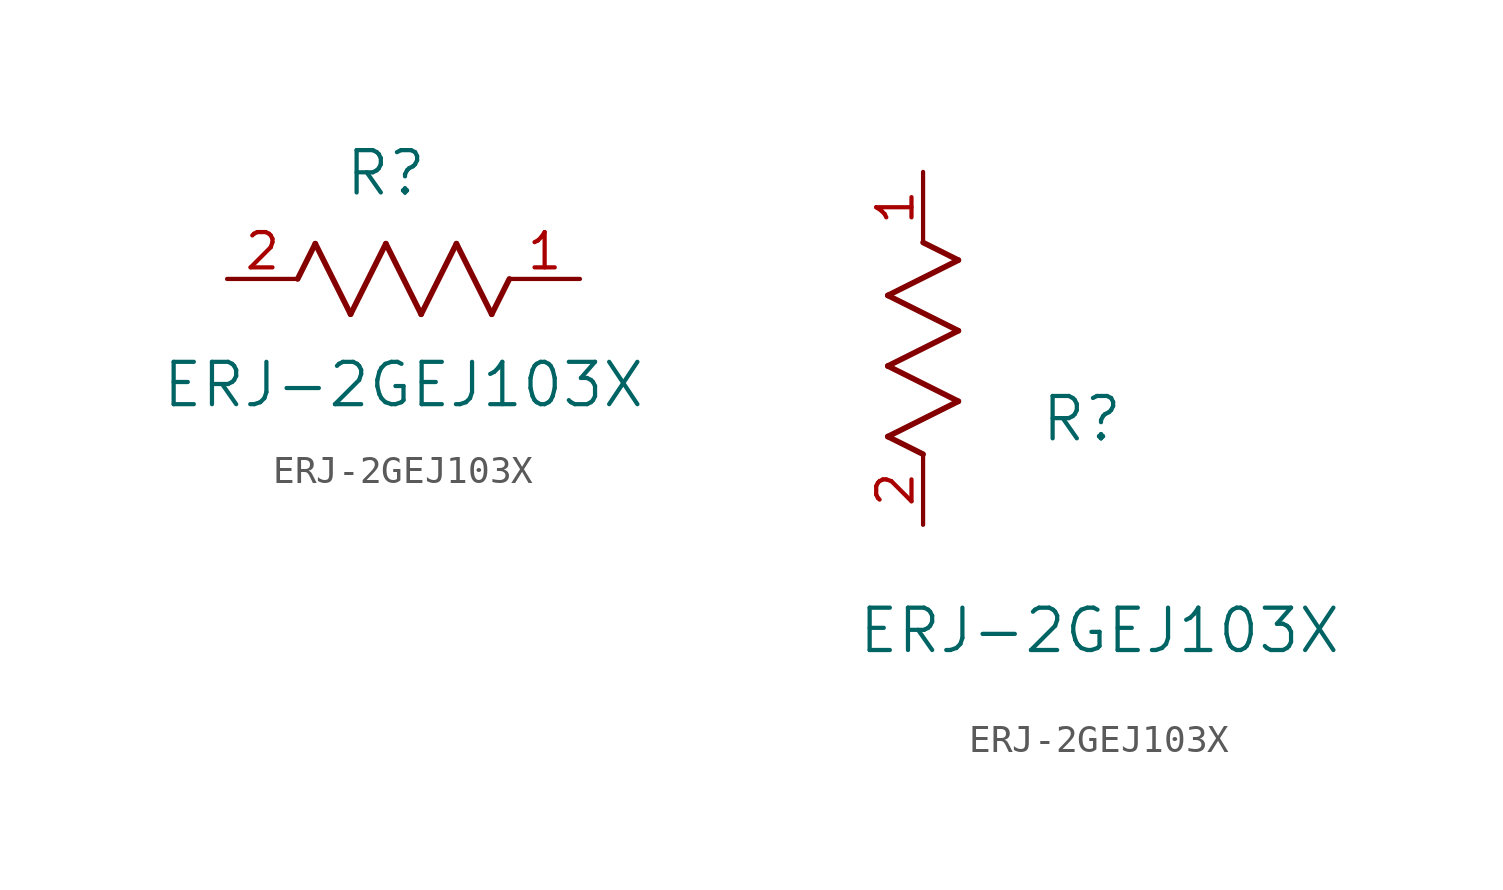
<source format=kicad_sym>
(kicad_symbol_lib
  (version 20211014)
  (generator kicad_symbol_editor)
  (symbol "ERJ-2GEJ103X"
    (pin_names
      (offset 0.254))
    (property "Reference" "R"
      (at 5.715 3.81 0)
      (effects (font (size 1.524 1.524))))
    (property "Value" "ERJ-2GEJ103X"
      (at 6.35 -3.81 0)
      (effects (font (size 1.524 1.524))))
    (symbol "ERJ-2GEJ103X_1_1"
      (polyline (pts (xy 3.175 1.27) (xy 4.445 -1.27)) (stroke (width 0.203) (type default) (color 0 0 0 0)) (fill (type none)))
      (polyline (pts (xy 4.445 -1.27) (xy 5.715 1.27)) (stroke (width 0.203) (type default) (color 0 0 0 0)) (fill (type none)))
      (polyline (pts (xy 5.715 1.27) (xy 6.985 -1.27)) (stroke (width 0.203) (type default) (color 0 0 0 0)) (fill (type none)))
      (polyline (pts (xy 6.985 -1.27) (xy 8.255 1.27)) (stroke (width 0.203) (type default) (color 0 0 0 0)) (fill (type none)))
      (polyline (pts (xy 8.255 1.27) (xy 9.525 -1.27)) (stroke (width 0.203) (type default) (color 0 0 0 0)) (fill (type none)))
      (polyline (pts (xy 2.54 0) (xy 3.175 1.27)) (stroke (width 0.203) (type default) (color 0 0 0 0)) (fill (type none)))
      (polyline (pts (xy 9.525 -1.27) (xy 10.16 0)) (stroke (width 0.203) (type default) (color 0 0 0 0)) (fill (type none)))
      (pin unspecified line (at 12.7 0 180) (length 2.54) (name "" (effects (font (size 1.27 1.27)))) (number "1" (effects (font (size 1.27 1.27)))))
      (pin unspecified line (at 0 0 0) (length 2.54) (name "" (effects (font (size 1.27 1.27)))) (number "2" (effects (font (size 1.27 1.27))))))
    (symbol "ERJ-2GEJ103X_1_2"
      (polyline (pts (xy 0 2.54) (xy -1.27 3.175)) (stroke (width 0.203) (type default) (color 0 0 0 0)) (fill (type none)))
      (polyline (pts (xy -1.27 3.175) (xy 1.27 4.445)) (stroke (width 0.203) (type default) (color 0 0 0 0)) (fill (type none)))
      (polyline (pts (xy 1.27 4.445) (xy -1.27 5.715)) (stroke (width 0.203) (type default) (color 0 0 0 0)) (fill (type none)))
      (polyline (pts (xy -1.27 5.715) (xy 1.27 6.985)) (stroke (width 0.203) (type default) (color 0 0 0 0)) (fill (type none)))
      (polyline (pts (xy -1.27 8.255) (xy 1.27 9.525)) (stroke (width 0.203) (type default) (color 0 0 0 0)) (fill (type none)))
      (polyline (pts (xy 1.27 9.525) (xy 0 10.16)) (stroke (width 0.203) (type default) (color 0 0 0 0)) (fill (type none)))
      (polyline (pts (xy 1.27 6.985) (xy -1.27 8.255)) (stroke (width 0.203) (type default) (color 0 0 0 0)) (fill (type none)))
      (pin unspecified line (at 0 12.7 270) (length 2.54) (name "" (effects (font (size 1.27 1.27)))) (number "1" (effects (font (size 1.27 1.27)))))
      (pin unspecified line (at 0 0 90) (length 2.54) (name "" (effects (font (size 1.27 1.27)))) (number "2" (effects (font (size 1.27 1.27))))))))
</source>
